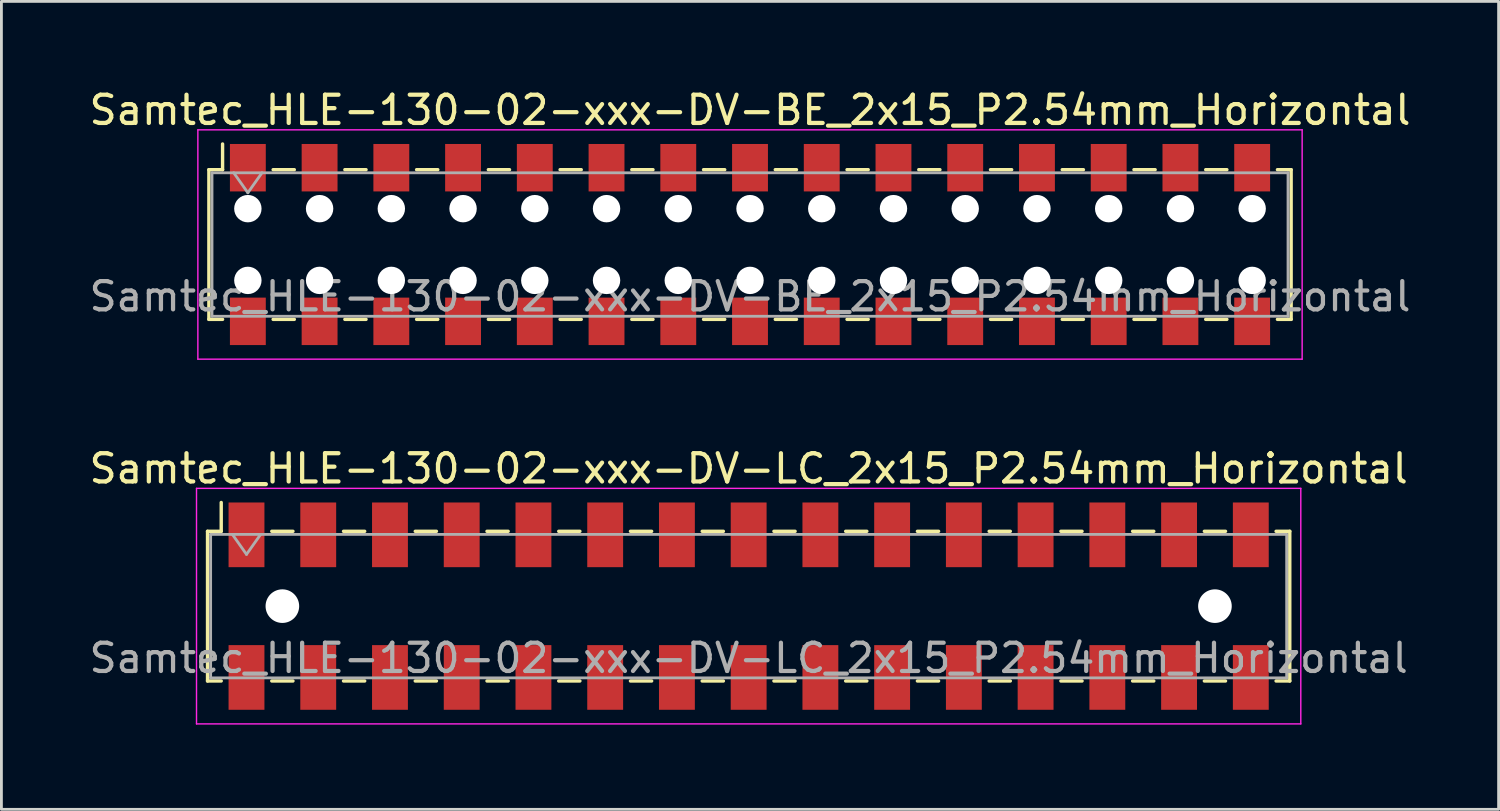
<source format=kicad_pcb>
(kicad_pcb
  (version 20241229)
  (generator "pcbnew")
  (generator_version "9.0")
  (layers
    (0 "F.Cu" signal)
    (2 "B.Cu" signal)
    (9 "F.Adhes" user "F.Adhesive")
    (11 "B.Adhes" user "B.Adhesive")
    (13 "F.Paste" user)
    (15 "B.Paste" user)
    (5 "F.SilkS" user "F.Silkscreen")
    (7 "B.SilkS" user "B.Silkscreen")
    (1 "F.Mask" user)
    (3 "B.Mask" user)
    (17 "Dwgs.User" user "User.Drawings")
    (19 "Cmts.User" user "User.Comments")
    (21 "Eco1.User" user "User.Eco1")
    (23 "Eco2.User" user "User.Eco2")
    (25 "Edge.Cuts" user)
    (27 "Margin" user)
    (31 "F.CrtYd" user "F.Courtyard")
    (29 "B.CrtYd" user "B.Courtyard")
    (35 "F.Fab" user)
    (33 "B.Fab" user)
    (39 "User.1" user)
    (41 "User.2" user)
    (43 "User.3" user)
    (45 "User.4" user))
  (footprint "Samtec_HLE-130-02-xxx-DV-LC_2x15_P2.54mm_Horizontal"
    (layer "F.Cu")
    (at 23.458 18.412)
    (property "Reference" "Samtec_HLE-130-02-xxx-DV-LC_2x15_P2.54mm_Horizontal" (at 0 -4.87 0) (layer "F.SilkS") (effects (font (size 1 1) (thickness 0.15))))
    (attr smd)
    (fp_line (start -19.16 -2.65) (end -19.16 2.65) (stroke (width 0.12) (type solid)) (layer "F.SilkS"))
    (fp_line (start -19.16 2.65) (end -18.675 2.65) (stroke (width 0.12) (type solid)) (layer "F.SilkS"))
    (fp_line (start -18.675 -3.67) (end -18.675 -2.65) (stroke (width 0.12) (type solid)) (layer "F.SilkS"))
    (fp_line (start -18.675 -2.65) (end -19.16 -2.65) (stroke (width 0.12) (type solid)) (layer "F.SilkS"))
    (fp_line (start -16.885 -2.65) (end -16.135 -2.65) (stroke (width 0.12) (type solid)) (layer "F.SilkS"))
    (fp_line (start -16.885 2.65) (end -16.135 2.65) (stroke (width 0.12) (type solid)) (layer "F.SilkS"))
    (fp_line (start -14.345 -2.65) (end -13.595 -2.65) (stroke (width 0.12) (type solid)) (layer "F.SilkS"))
    (fp_line (start -14.345 2.65) (end -13.595 2.65) (stroke (width 0.12) (type solid)) (layer "F.SilkS"))
    (fp_line (start -11.805 -2.65) (end -11.055 -2.65) (stroke (width 0.12) (type solid)) (layer "F.SilkS"))
    (fp_line (start -11.805 2.65) (end -11.055 2.65) (stroke (width 0.12) (type solid)) (layer "F.SilkS"))
    (fp_line (start -9.265 -2.65) (end -8.515 -2.65) (stroke (width 0.12) (type solid)) (layer "F.SilkS"))
    (fp_line (start -9.265 2.65) (end -8.515 2.65) (stroke (width 0.12) (type solid)) (layer "F.SilkS"))
    (fp_line (start -6.725 -2.65) (end -5.975 -2.65) (stroke (width 0.12) (type solid)) (layer "F.SilkS"))
    (fp_line (start -6.725 2.65) (end -5.975 2.65) (stroke (width 0.12) (type solid)) (layer "F.SilkS"))
    (fp_line (start -4.185 -2.65) (end -3.435 -2.65) (stroke (width 0.12) (type solid)) (layer "F.SilkS"))
    (fp_line (start -4.185 2.65) (end -3.435 2.65) (stroke (width 0.12) (type solid)) (layer "F.SilkS"))
    (fp_line (start -1.645 -2.65) (end -0.895 -2.65) (stroke (width 0.12) (type solid)) (layer "F.SilkS"))
    (fp_line (start -1.645 2.65) (end -0.895 2.65) (stroke (width 0.12) (type solid)) (layer "F.SilkS"))
    (fp_line (start 0.895 -2.65) (end 1.645 -2.65) (stroke (width 0.12) (type solid)) (layer "F.SilkS"))
    (fp_line (start 0.895 2.65) (end 1.645 2.65) (stroke (width 0.12) (type solid)) (layer "F.SilkS"))
    (fp_line (start 3.435 -2.65) (end 4.185 -2.65) (stroke (width 0.12) (type solid)) (layer "F.SilkS"))
    (fp_line (start 3.435 2.65) (end 4.185 2.65) (stroke (width 0.12) (type solid)) (layer "F.SilkS"))
    (fp_line (start 5.975 -2.65) (end 6.725 -2.65) (stroke (width 0.12) (type solid)) (layer "F.SilkS"))
    (fp_line (start 5.975 2.65) (end 6.725 2.65) (stroke (width 0.12) (type solid)) (layer "F.SilkS"))
    (fp_line (start 8.515 -2.65) (end 9.265 -2.65) (stroke (width 0.12) (type solid)) (layer "F.SilkS"))
    (fp_line (start 8.515 2.65) (end 9.265 2.65) (stroke (width 0.12) (type solid)) (layer "F.SilkS"))
    (fp_line (start 11.055 -2.65) (end 11.805 -2.65) (stroke (width 0.12) (type solid)) (layer "F.SilkS"))
    (fp_line (start 11.055 2.65) (end 11.805 2.65) (stroke (width 0.12) (type solid)) (layer "F.SilkS"))
    (fp_line (start 13.595 -2.65) (end 14.345 -2.65) (stroke (width 0.12) (type solid)) (layer "F.SilkS"))
    (fp_line (start 13.595 2.65) (end 14.345 2.65) (stroke (width 0.12) (type solid)) (layer "F.SilkS"))
    (fp_line (start 16.135 -2.65) (end 16.885 -2.65) (stroke (width 0.12) (type solid)) (layer "F.SilkS"))
    (fp_line (start 16.135 2.65) (end 16.885 2.65) (stroke (width 0.12) (type solid)) (layer "F.SilkS"))
    (fp_line (start 18.675 -2.65) (end 19.16 -2.65) (stroke (width 0.12) (type solid)) (layer "F.SilkS"))
    (fp_line (start 19.16 -2.65) (end 19.16 2.65) (stroke (width 0.12) (type solid)) (layer "F.SilkS"))
    (fp_line (start 19.16 2.65) (end 18.675 2.65) (stroke (width 0.12) (type solid)) (layer "F.SilkS"))
    (fp_line (start -19.55 -4.17) (end 19.55 -4.17) (stroke (width 0.05) (type solid)) (layer "F.CrtYd"))
    (fp_line (start -19.55 4.17) (end -19.55 -4.17) (stroke (width 0.05) (type solid)) (layer "F.CrtYd"))
    (fp_line (start 19.55 -4.17) (end 19.55 4.17) (stroke (width 0.05) (type solid)) (layer "F.CrtYd"))
    (fp_line (start 19.55 4.17) (end -19.55 4.17) (stroke (width 0.05) (type solid)) (layer "F.CrtYd"))
    (fp_line (start -19.05 -2.54) (end 19.05 -2.54) (stroke (width 0.1) (type solid)) (layer "F.Fab"))
    (fp_line (start -19.05 2.54) (end -19.05 -2.54) (stroke (width 0.1) (type solid)) (layer "F.Fab"))
    (fp_line (start -18.28 -2.54) (end -17.78 -1.833) (stroke (width 0.1) (type solid)) (layer "F.Fab"))
    (fp_line (start -17.78 -1.833) (end -17.28 -2.54) (stroke (width 0.1) (type solid)) (layer "F.Fab"))
    (fp_line (start 19.05 -2.54) (end 19.05 2.54) (stroke (width 0.1) (type solid)) (layer "F.Fab"))
    (fp_line (start 19.05 2.54) (end -19.05 2.54) (stroke (width 0.1) (type solid)) (layer "F.Fab"))
    (fp_text user "${REFERENCE}" (at 0 1.84 0) (layer "F.Fab") (effects (font (size 1 1) (thickness 0.15))))
    (pad "" np_thru_hole circle (at -16.51 0) (size 1.19 1.19) (drill 1.19) (layers "*.Cu" "*.Mask"))
    (pad "" np_thru_hole circle (at 16.51 0) (size 1.19 1.19) (drill 1.19) (layers "*.Cu" "*.Mask"))
    (pad "1" smd rect (at -17.78 -2.525) (size 1.27 2.29) (layers "F.Cu" "F.Mask" "F.Paste"))
    (pad "2" smd rect (at -17.78 2.525) (size 1.27 2.29) (layers "F.Cu" "F.Mask" "F.Paste"))
    (pad "3" smd rect (at -15.24 -2.525) (size 1.27 2.29) (layers "F.Cu" "F.Mask" "F.Paste"))
    (pad "4" smd rect (at -15.24 2.525) (size 1.27 2.29) (layers "F.Cu" "F.Mask" "F.Paste"))
    (pad "5" smd rect (at -12.7 -2.525) (size 1.27 2.29) (layers "F.Cu" "F.Mask" "F.Paste"))
    (pad "6" smd rect (at -12.7 2.525) (size 1.27 2.29) (layers "F.Cu" "F.Mask" "F.Paste"))
    (pad "7" smd rect (at -10.16 -2.525) (size 1.27 2.29) (layers "F.Cu" "F.Mask" "F.Paste"))
    (pad "8" smd rect (at -10.16 2.525) (size 1.27 2.29) (layers "F.Cu" "F.Mask" "F.Paste"))
    (pad "9" smd rect (at -7.62 -2.525) (size 1.27 2.29) (layers "F.Cu" "F.Mask" "F.Paste"))
    (pad "10" smd rect (at -7.62 2.525) (size 1.27 2.29) (layers "F.Cu" "F.Mask" "F.Paste"))
    (pad "11" smd rect (at -5.08 -2.525) (size 1.27 2.29) (layers "F.Cu" "F.Mask" "F.Paste"))
    (pad "12" smd rect (at -5.08 2.525) (size 1.27 2.29) (layers "F.Cu" "F.Mask" "F.Paste"))
    (pad "13" smd rect (at -2.54 -2.525) (size 1.27 2.29) (layers "F.Cu" "F.Mask" "F.Paste"))
    (pad "14" smd rect (at -2.54 2.525) (size 1.27 2.29) (layers "F.Cu" "F.Mask" "F.Paste"))
    (pad "15" smd rect (at 0 -2.525) (size 1.27 2.29) (layers "F.Cu" "F.Mask" "F.Paste"))
    (pad "16" smd rect (at 0 2.525) (size 1.27 2.29) (layers "F.Cu" "F.Mask" "F.Paste"))
    (pad "17" smd rect (at 2.54 -2.525) (size 1.27 2.29) (layers "F.Cu" "F.Mask" "F.Paste"))
    (pad "18" smd rect (at 2.54 2.525) (size 1.27 2.29) (layers "F.Cu" "F.Mask" "F.Paste"))
    (pad "19" smd rect (at 5.08 -2.525) (size 1.27 2.29) (layers "F.Cu" "F.Mask" "F.Paste"))
    (pad "20" smd rect (at 5.08 2.525) (size 1.27 2.29) (layers "F.Cu" "F.Mask" "F.Paste"))
    (pad "21" smd rect (at 7.62 -2.525) (size 1.27 2.29) (layers "F.Cu" "F.Mask" "F.Paste"))
    (pad "22" smd rect (at 7.62 2.525) (size 1.27 2.29) (layers "F.Cu" "F.Mask" "F.Paste"))
    (pad "23" smd rect (at 10.16 -2.525) (size 1.27 2.29) (layers "F.Cu" "F.Mask" "F.Paste"))
    (pad "24" smd rect (at 10.16 2.525) (size 1.27 2.29) (layers "F.Cu" "F.Mask" "F.Paste"))
    (pad "25" smd rect (at 12.7 -2.525) (size 1.27 2.29) (layers "F.Cu" "F.Mask" "F.Paste"))
    (pad "26" smd rect (at 12.7 2.525) (size 1.27 2.29) (layers "F.Cu" "F.Mask" "F.Paste"))
    (pad "27" smd rect (at 15.24 -2.525) (size 1.27 2.29) (layers "F.Cu" "F.Mask" "F.Paste"))
    (pad "28" smd rect (at 15.24 2.525) (size 1.27 2.29) (layers "F.Cu" "F.Mask" "F.Paste"))
    (pad "29" smd rect (at 17.78 -2.525) (size 1.27 2.29) (layers "F.Cu" "F.Mask" "F.Paste"))
    (pad "30" smd rect (at 17.78 2.525) (size 1.27 2.29) (layers "F.Cu" "F.Mask" "F.Paste")))
  (footprint "Samtec_HLE-130-02-xxx-DV-BE_2x15_P2.54mm_Horizontal"
    (layer "F.Cu")
    (at 23.506 5.608)
    (property "Reference" "Samtec_HLE-130-02-xxx-DV-BE_2x15_P2.54mm_Horizontal" (at 0 -4.76 0) (layer "F.SilkS") (effects (font (size 1 1) (thickness 0.15))))
    (attr smd)
    (fp_line (start -19.16 -2.65) (end -19.16 2.65) (stroke (width 0.12) (type solid)) (layer "F.SilkS"))
    (fp_line (start -19.16 2.65) (end -18.675 2.65) (stroke (width 0.12) (type solid)) (layer "F.SilkS"))
    (fp_line (start -18.675 -3.56) (end -18.675 -2.65) (stroke (width 0.12) (type solid)) (layer "F.SilkS"))
    (fp_line (start -18.675 -2.65) (end -19.16 -2.65) (stroke (width 0.12) (type solid)) (layer "F.SilkS"))
    (fp_line (start -16.885 -2.65) (end -16.135 -2.65) (stroke (width 0.12) (type solid)) (layer "F.SilkS"))
    (fp_line (start -16.885 2.65) (end -16.135 2.65) (stroke (width 0.12) (type solid)) (layer "F.SilkS"))
    (fp_line (start -14.345 -2.65) (end -13.595 -2.65) (stroke (width 0.12) (type solid)) (layer "F.SilkS"))
    (fp_line (start -14.345 2.65) (end -13.595 2.65) (stroke (width 0.12) (type solid)) (layer "F.SilkS"))
    (fp_line (start -11.805 -2.65) (end -11.055 -2.65) (stroke (width 0.12) (type solid)) (layer "F.SilkS"))
    (fp_line (start -11.805 2.65) (end -11.055 2.65) (stroke (width 0.12) (type solid)) (layer "F.SilkS"))
    (fp_line (start -9.265 -2.65) (end -8.515 -2.65) (stroke (width 0.12) (type solid)) (layer "F.SilkS"))
    (fp_line (start -9.265 2.65) (end -8.515 2.65) (stroke (width 0.12) (type solid)) (layer "F.SilkS"))
    (fp_line (start -6.725 -2.65) (end -5.975 -2.65) (stroke (width 0.12) (type solid)) (layer "F.SilkS"))
    (fp_line (start -6.725 2.65) (end -5.975 2.65) (stroke (width 0.12) (type solid)) (layer "F.SilkS"))
    (fp_line (start -4.185 -2.65) (end -3.435 -2.65) (stroke (width 0.12) (type solid)) (layer "F.SilkS"))
    (fp_line (start -4.185 2.65) (end -3.435 2.65) (stroke (width 0.12) (type solid)) (layer "F.SilkS"))
    (fp_line (start -1.645 -2.65) (end -0.895 -2.65) (stroke (width 0.12) (type solid)) (layer "F.SilkS"))
    (fp_line (start -1.645 2.65) (end -0.895 2.65) (stroke (width 0.12) (type solid)) (layer "F.SilkS"))
    (fp_line (start 0.895 -2.65) (end 1.645 -2.65) (stroke (width 0.12) (type solid)) (layer "F.SilkS"))
    (fp_line (start 0.895 2.65) (end 1.645 2.65) (stroke (width 0.12) (type solid)) (layer "F.SilkS"))
    (fp_line (start 3.435 -2.65) (end 4.185 -2.65) (stroke (width 0.12) (type solid)) (layer "F.SilkS"))
    (fp_line (start 3.435 2.65) (end 4.185 2.65) (stroke (width 0.12) (type solid)) (layer "F.SilkS"))
    (fp_line (start 5.975 -2.65) (end 6.725 -2.65) (stroke (width 0.12) (type solid)) (layer "F.SilkS"))
    (fp_line (start 5.975 2.65) (end 6.725 2.65) (stroke (width 0.12) (type solid)) (layer "F.SilkS"))
    (fp_line (start 8.515 -2.65) (end 9.265 -2.65) (stroke (width 0.12) (type solid)) (layer "F.SilkS"))
    (fp_line (start 8.515 2.65) (end 9.265 2.65) (stroke (width 0.12) (type solid)) (layer "F.SilkS"))
    (fp_line (start 11.055 -2.65) (end 11.805 -2.65) (stroke (width 0.12) (type solid)) (layer "F.SilkS"))
    (fp_line (start 11.055 2.65) (end 11.805 2.65) (stroke (width 0.12) (type solid)) (layer "F.SilkS"))
    (fp_line (start 13.595 -2.65) (end 14.345 -2.65) (stroke (width 0.12) (type solid)) (layer "F.SilkS"))
    (fp_line (start 13.595 2.65) (end 14.345 2.65) (stroke (width 0.12) (type solid)) (layer "F.SilkS"))
    (fp_line (start 16.135 -2.65) (end 16.885 -2.65) (stroke (width 0.12) (type solid)) (layer "F.SilkS"))
    (fp_line (start 16.135 2.65) (end 16.885 2.65) (stroke (width 0.12) (type solid)) (layer "F.SilkS"))
    (fp_line (start 18.675 -2.65) (end 19.16 -2.65) (stroke (width 0.12) (type solid)) (layer "F.SilkS"))
    (fp_line (start 19.16 -2.65) (end 19.16 2.65) (stroke (width 0.12) (type solid)) (layer "F.SilkS"))
    (fp_line (start 19.16 2.65) (end 18.675 2.65) (stroke (width 0.12) (type solid)) (layer "F.SilkS"))
    (fp_line (start -19.55 -4.06) (end 19.55 -4.06) (stroke (width 0.05) (type solid)) (layer "F.CrtYd"))
    (fp_line (start -19.55 4.06) (end -19.55 -4.06) (stroke (width 0.05) (type solid)) (layer "F.CrtYd"))
    (fp_line (start 19.55 -4.06) (end 19.55 4.06) (stroke (width 0.05) (type solid)) (layer "F.CrtYd"))
    (fp_line (start 19.55 4.06) (end -19.55 4.06) (stroke (width 0.05) (type solid)) (layer "F.CrtYd"))
    (fp_line (start -19.05 -2.54) (end 19.05 -2.54) (stroke (width 0.1) (type solid)) (layer "F.Fab"))
    (fp_line (start -19.05 2.54) (end -19.05 -2.54) (stroke (width 0.1) (type solid)) (layer "F.Fab"))
    (fp_line (start -18.28 -2.54) (end -17.78 -1.833) (stroke (width 0.1) (type solid)) (layer "F.Fab"))
    (fp_line (start -17.78 -1.833) (end -17.28 -2.54) (stroke (width 0.1) (type solid)) (layer "F.Fab"))
    (fp_line (start 19.05 -2.54) (end 19.05 2.54) (stroke (width 0.1) (type solid)) (layer "F.Fab"))
    (fp_line (start 19.05 2.54) (end -19.05 2.54) (stroke (width 0.1) (type solid)) (layer "F.Fab"))
    (fp_text user "${REFERENCE}" (at 0 1.84 0) (layer "F.Fab") (effects (font (size 1 1) (thickness 0.15))))
    (pad "" np_thru_hole circle (at -17.78 -1.27) (size 0.97 0.97) (drill 0.97) (layers "*.Cu" "*.Mask"))
    (pad "" np_thru_hole circle (at -17.78 1.27) (size 0.97 0.97) (drill 0.97) (layers "*.Cu" "*.Mask"))
    (pad "" np_thru_hole circle (at -15.24 -1.27) (size 0.97 0.97) (drill 0.97) (layers "*.Cu" "*.Mask"))
    (pad "" np_thru_hole circle (at -15.24 1.27) (size 0.97 0.97) (drill 0.97) (layers "*.Cu" "*.Mask"))
    (pad "" np_thru_hole circle (at -12.7 -1.27) (size 0.97 0.97) (drill 0.97) (layers "*.Cu" "*.Mask"))
    (pad "" np_thru_hole circle (at -12.7 1.27) (size 0.97 0.97) (drill 0.97) (layers "*.Cu" "*.Mask"))
    (pad "" np_thru_hole circle (at -10.16 -1.27) (size 0.97 0.97) (drill 0.97) (layers "*.Cu" "*.Mask"))
    (pad "" np_thru_hole circle (at -10.16 1.27) (size 0.97 0.97) (drill 0.97) (layers "*.Cu" "*.Mask"))
    (pad "" np_thru_hole circle (at -7.62 -1.27) (size 0.97 0.97) (drill 0.97) (layers "*.Cu" "*.Mask"))
    (pad "" np_thru_hole circle (at -7.62 1.27) (size 0.97 0.97) (drill 0.97) (layers "*.Cu" "*.Mask"))
    (pad "" np_thru_hole circle (at -5.08 -1.27) (size 0.97 0.97) (drill 0.97) (layers "*.Cu" "*.Mask"))
    (pad "" np_thru_hole circle (at -5.08 1.27) (size 0.97 0.97) (drill 0.97) (layers "*.Cu" "*.Mask"))
    (pad "" np_thru_hole circle (at -2.54 -1.27) (size 0.97 0.97) (drill 0.97) (layers "*.Cu" "*.Mask"))
    (pad "" np_thru_hole circle (at -2.54 1.27) (size 0.97 0.97) (drill 0.97) (layers "*.Cu" "*.Mask"))
    (pad "" np_thru_hole circle (at 0 -1.27) (size 0.97 0.97) (drill 0.97) (layers "*.Cu" "*.Mask"))
    (pad "" np_thru_hole circle (at 0 1.27) (size 0.97 0.97) (drill 0.97) (layers "*.Cu" "*.Mask"))
    (pad "" np_thru_hole circle (at 2.54 -1.27) (size 0.97 0.97) (drill 0.97) (layers "*.Cu" "*.Mask"))
    (pad "" np_thru_hole circle (at 2.54 1.27) (size 0.97 0.97) (drill 0.97) (layers "*.Cu" "*.Mask"))
    (pad "" np_thru_hole circle (at 5.08 -1.27) (size 0.97 0.97) (drill 0.97) (layers "*.Cu" "*.Mask"))
    (pad "" np_thru_hole circle (at 5.08 1.27) (size 0.97 0.97) (drill 0.97) (layers "*.Cu" "*.Mask"))
    (pad "" np_thru_hole circle (at 7.62 -1.27) (size 0.97 0.97) (drill 0.97) (layers "*.Cu" "*.Mask"))
    (pad "" np_thru_hole circle (at 7.62 1.27) (size 0.97 0.97) (drill 0.97) (layers "*.Cu" "*.Mask"))
    (pad "" np_thru_hole circle (at 10.16 -1.27) (size 0.97 0.97) (drill 0.97) (layers "*.Cu" "*.Mask"))
    (pad "" np_thru_hole circle (at 10.16 1.27) (size 0.97 0.97) (drill 0.97) (layers "*.Cu" "*.Mask"))
    (pad "" np_thru_hole circle (at 12.7 -1.27) (size 0.97 0.97) (drill 0.97) (layers "*.Cu" "*.Mask"))
    (pad "" np_thru_hole circle (at 12.7 1.27) (size 0.97 0.97) (drill 0.97) (layers "*.Cu" "*.Mask"))
    (pad "" np_thru_hole circle (at 15.24 -1.27) (size 0.97 0.97) (drill 0.97) (layers "*.Cu" "*.Mask"))
    (pad "" np_thru_hole circle (at 15.24 1.27) (size 0.97 0.97) (drill 0.97) (layers "*.Cu" "*.Mask"))
    (pad "" np_thru_hole circle (at 17.78 -1.27) (size 0.97 0.97) (drill 0.97) (layers "*.Cu" "*.Mask"))
    (pad "" np_thru_hole circle (at 17.78 1.27) (size 0.97 0.97) (drill 0.97) (layers "*.Cu" "*.Mask"))
    (pad "1" smd rect (at -17.78 -2.72) (size 1.27 1.68) (layers "F.Cu" "F.Mask" "F.Paste"))
    (pad "2" smd rect (at -17.78 2.72) (size 1.27 1.68) (layers "F.Cu" "F.Mask" "F.Paste"))
    (pad "3" smd rect (at -15.24 -2.72) (size 1.27 1.68) (layers "F.Cu" "F.Mask" "F.Paste"))
    (pad "4" smd rect (at -15.24 2.72) (size 1.27 1.68) (layers "F.Cu" "F.Mask" "F.Paste"))
    (pad "5" smd rect (at -12.7 -2.72) (size 1.27 1.68) (layers "F.Cu" "F.Mask" "F.Paste"))
    (pad "6" smd rect (at -12.7 2.72) (size 1.27 1.68) (layers "F.Cu" "F.Mask" "F.Paste"))
    (pad "7" smd rect (at -10.16 -2.72) (size 1.27 1.68) (layers "F.Cu" "F.Mask" "F.Paste"))
    (pad "8" smd rect (at -10.16 2.72) (size 1.27 1.68) (layers "F.Cu" "F.Mask" "F.Paste"))
    (pad "9" smd rect (at -7.62 -2.72) (size 1.27 1.68) (layers "F.Cu" "F.Mask" "F.Paste"))
    (pad "10" smd rect (at -7.62 2.72) (size 1.27 1.68) (layers "F.Cu" "F.Mask" "F.Paste"))
    (pad "11" smd rect (at -5.08 -2.72) (size 1.27 1.68) (layers "F.Cu" "F.Mask" "F.Paste"))
    (pad "12" smd rect (at -5.08 2.72) (size 1.27 1.68) (layers "F.Cu" "F.Mask" "F.Paste"))
    (pad "13" smd rect (at -2.54 -2.72) (size 1.27 1.68) (layers "F.Cu" "F.Mask" "F.Paste"))
    (pad "14" smd rect (at -2.54 2.72) (size 1.27 1.68) (layers "F.Cu" "F.Mask" "F.Paste"))
    (pad "15" smd rect (at 0 -2.72) (size 1.27 1.68) (layers "F.Cu" "F.Mask" "F.Paste"))
    (pad "16" smd rect (at 0 2.72) (size 1.27 1.68) (layers "F.Cu" "F.Mask" "F.Paste"))
    (pad "17" smd rect (at 2.54 -2.72) (size 1.27 1.68) (layers "F.Cu" "F.Mask" "F.Paste"))
    (pad "18" smd rect (at 2.54 2.72) (size 1.27 1.68) (layers "F.Cu" "F.Mask" "F.Paste"))
    (pad "19" smd rect (at 5.08 -2.72) (size 1.27 1.68) (layers "F.Cu" "F.Mask" "F.Paste"))
    (pad "20" smd rect (at 5.08 2.72) (size 1.27 1.68) (layers "F.Cu" "F.Mask" "F.Paste"))
    (pad "21" smd rect (at 7.62 -2.72) (size 1.27 1.68) (layers "F.Cu" "F.Mask" "F.Paste"))
    (pad "22" smd rect (at 7.62 2.72) (size 1.27 1.68) (layers "F.Cu" "F.Mask" "F.Paste"))
    (pad "23" smd rect (at 10.16 -2.72) (size 1.27 1.68) (layers "F.Cu" "F.Mask" "F.Paste"))
    (pad "24" smd rect (at 10.16 2.72) (size 1.27 1.68) (layers "F.Cu" "F.Mask" "F.Paste"))
    (pad "25" smd rect (at 12.7 -2.72) (size 1.27 1.68) (layers "F.Cu" "F.Mask" "F.Paste"))
    (pad "26" smd rect (at 12.7 2.72) (size 1.27 1.68) (layers "F.Cu" "F.Mask" "F.Paste"))
    (pad "27" smd rect (at 15.24 -2.72) (size 1.27 1.68) (layers "F.Cu" "F.Mask" "F.Paste"))
    (pad "28" smd rect (at 15.24 2.72) (size 1.27 1.68) (layers "F.Cu" "F.Mask" "F.Paste"))
    (pad "29" smd rect (at 17.78 -2.72) (size 1.27 1.68) (layers "F.Cu" "F.Mask" "F.Paste"))
    (pad "30" smd rect (at 17.78 2.72) (size 1.27 1.68) (layers "F.Cu" "F.Mask" "F.Paste")))
  (gr_rect
    (start -3 -3)
    (end 50.012 25.607)
    (stroke (width 0.1) (type default))
    (fill no)
    (layer "Edge.Cuts")))
</source>
